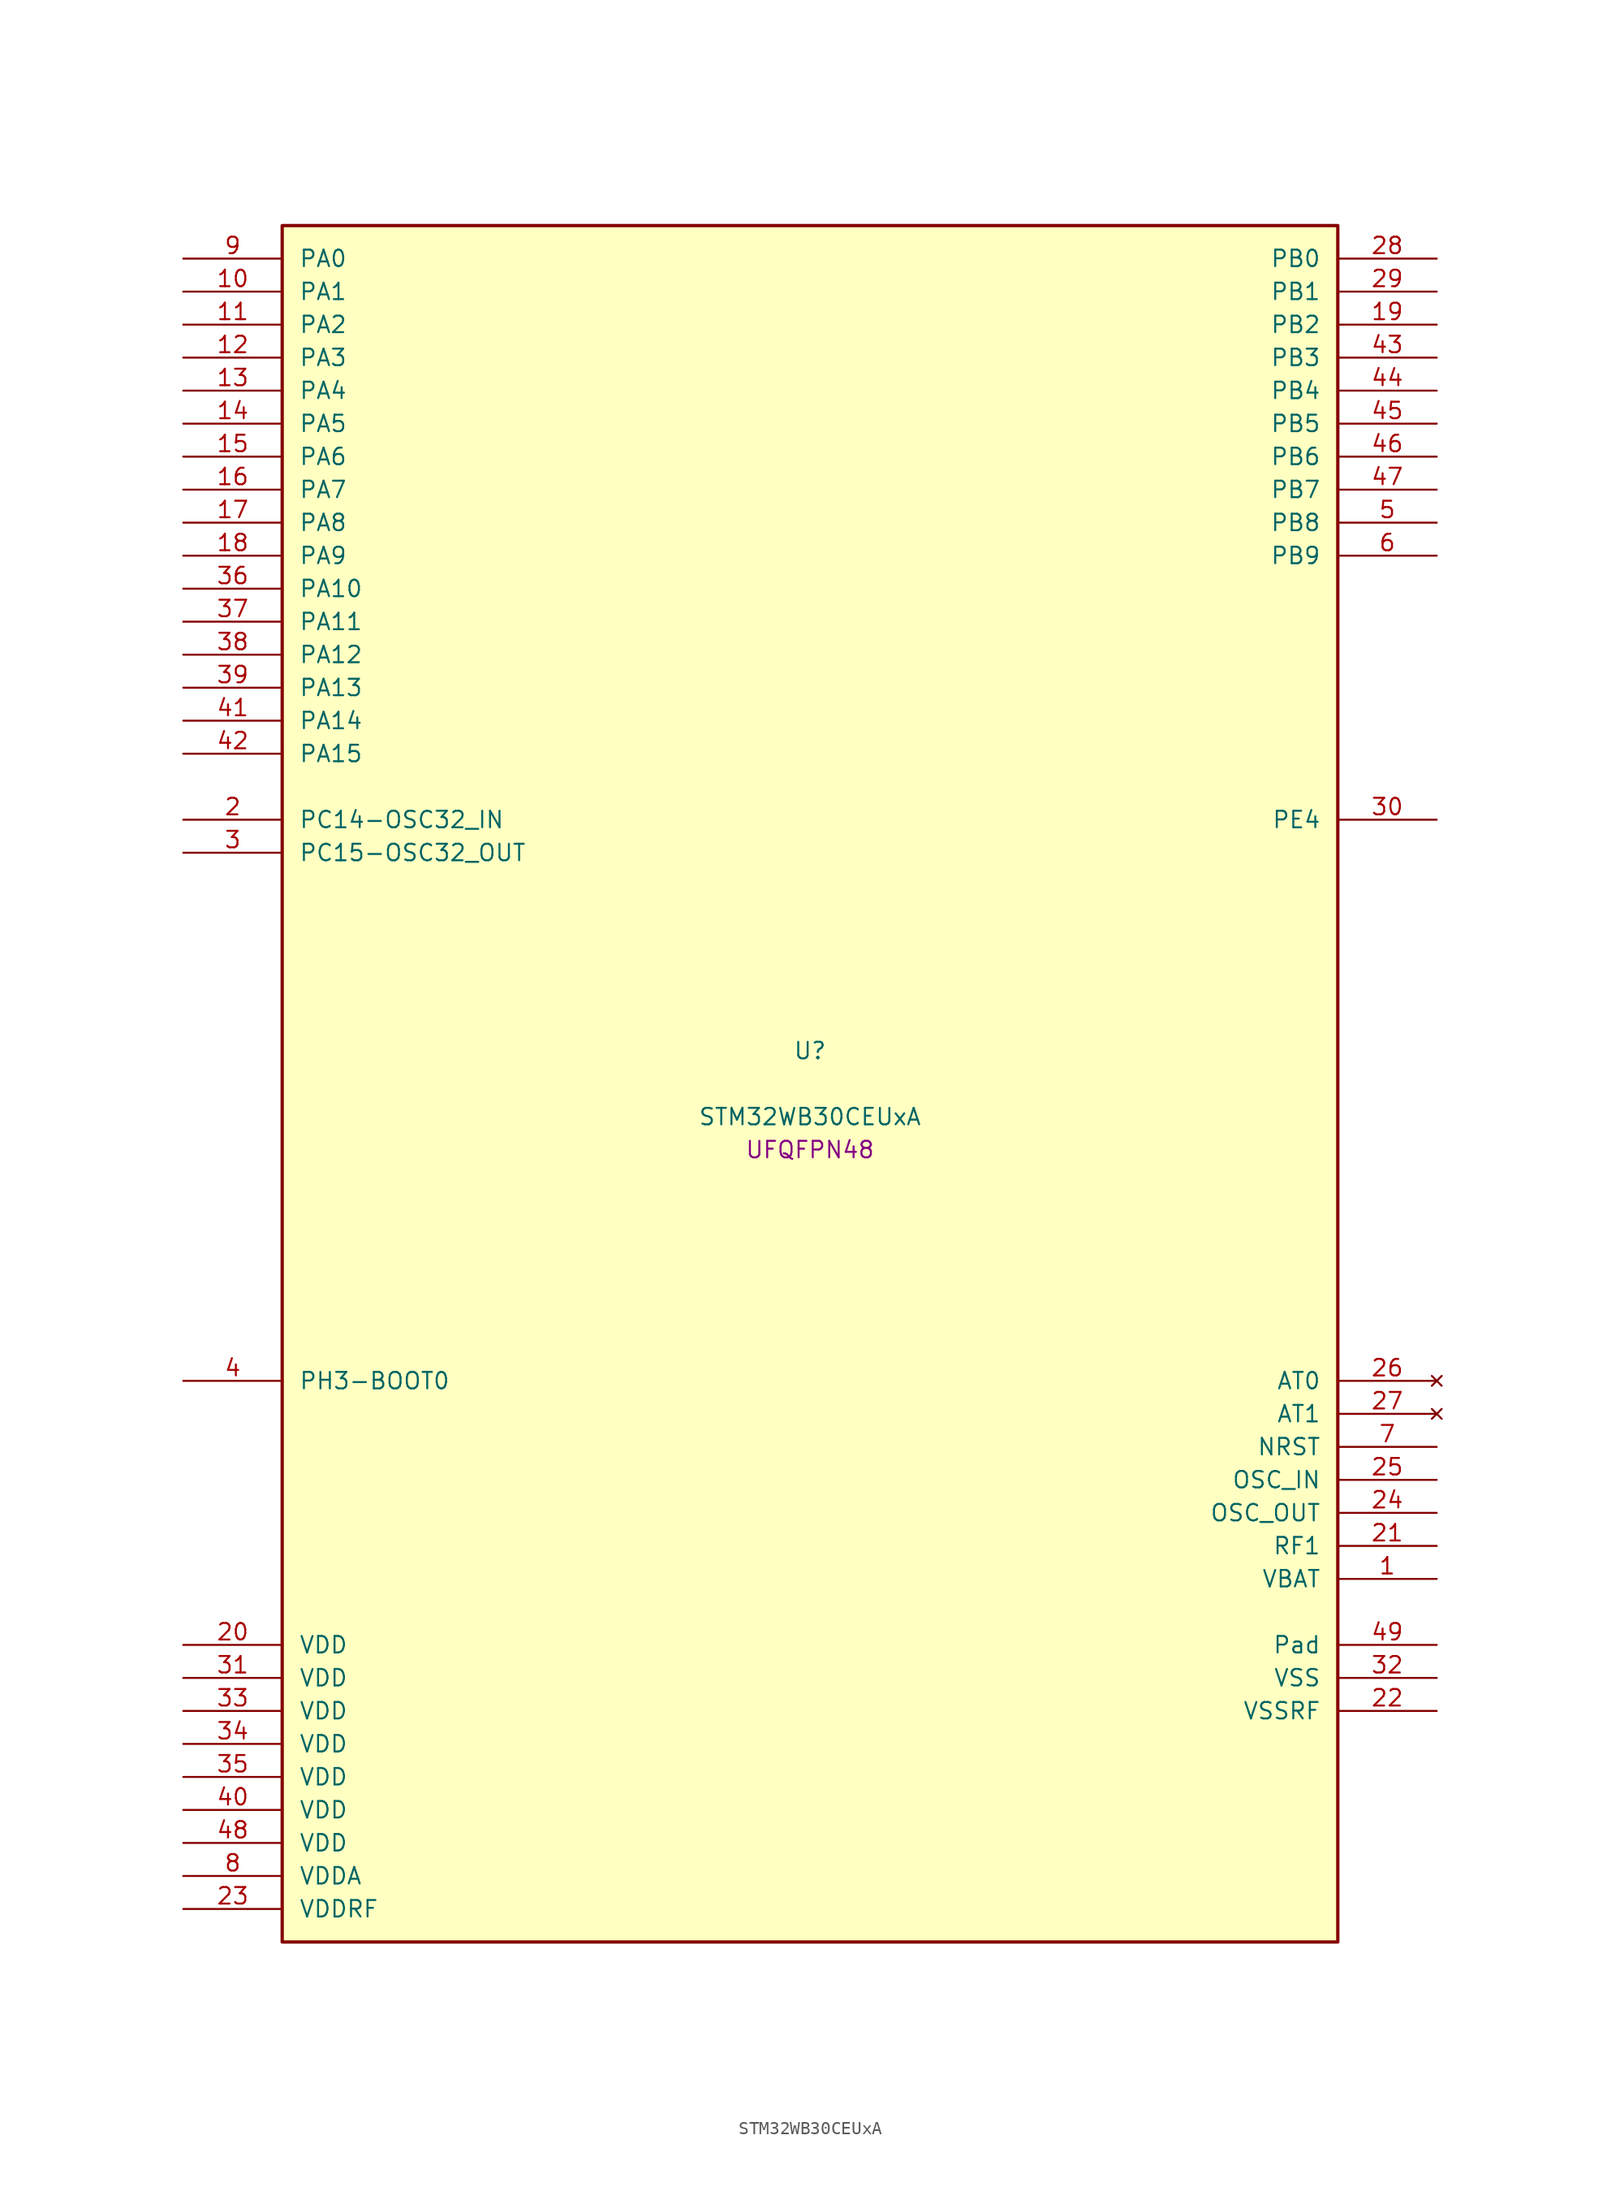
<source format=kicad_sym>
(kicad_symbol_lib
  (version 20241209)
  (generator "stm32_pkl_generator")
  (generator_version "1.0")
  (symbol "STM32WB30CEUxA"
    (pin_names
      (offset 1.27))
    (property "Reference" "U"
      (at 0 2.54 0))
    (property "Value" "STM32WB30CEUxA"
      (at 0 -2.54 0))
    (property "Footprint" "UFQFPN48"
      (at 0 -5.08 0))
    (symbol "STM32WB30CEUxA_1_1"
      (rectangle (start -40.64 66.04) (end 40.64 -66.04) (stroke (width 0.254) (type solid)) (fill (type background)))
      (pin bidirectional line (at -48.26 63.5 0) (length 7.62) (name "PA0") (number "9") (alternate "PA0/ADC1_IN5" bidirectional line) (alternate "PA0/RTC_TAMP2" bidirectional line) (alternate "PA0/SYS_WKUP1" bidirectional line) (alternate "PA0/TIM2_CH1" bidirectional line) (alternate "PA0/TIM2_ETR" bidirectional line))
      (pin bidirectional line (at -48.26 60.96 0) (length 7.62) (name "PA1") (number "10") (alternate "PA1/ADC1_IN6" bidirectional line) (alternate "PA1/I2C1_SMBA" bidirectional line) (alternate "PA1/SPI1_SCK" bidirectional line) (alternate "PA1/TIM2_CH2" bidirectional line))
      (pin bidirectional line (at -48.26 58.42 0) (length 7.62) (name "PA2") (number "11") (alternate "PA2/ADC1_IN7" bidirectional line) (alternate "PA2/RCC_LSCO" bidirectional line) (alternate "PA2/SYS_WKUP4" bidirectional line) (alternate "PA2/TIM2_CH3" bidirectional line))
      (pin bidirectional line (at -48.26 55.88 0) (length 7.62) (name "PA3") (number "12") (alternate "PA3/ADC1_IN8" bidirectional line) (alternate "PA3/TIM2_CH4" bidirectional line))
      (pin bidirectional line (at -48.26 53.34 0) (length 7.62) (name "PA4") (number "13") (alternate "PA4/ADC1_IN9" bidirectional line) (alternate "PA4/LPTIM2_OUT" bidirectional line) (alternate "PA4/SPI1_NSS" bidirectional line))
      (pin bidirectional line (at -48.26 50.8 0) (length 7.62) (name "PA5") (number "14") (alternate "PA5/ADC1_IN10" bidirectional line) (alternate "PA5/LPTIM2_ETR" bidirectional line) (alternate "PA5/SPI1_SCK" bidirectional line) (alternate "PA5/TIM2_CH1" bidirectional line) (alternate "PA5/TIM2_ETR" bidirectional line))
      (pin bidirectional line (at -48.26 48.26 0) (length 7.62) (name "PA6") (number "15") (alternate "PA6/ADC1_IN11" bidirectional line) (alternate "PA6/SPI1_MISO" bidirectional line) (alternate "PA6/TIM16_CH1" bidirectional line) (alternate "PA6/TIM1_BKIN" bidirectional line))
      (pin bidirectional line (at -48.26 45.72 0) (length 7.62) (name "PA7") (number "16") (alternate "PA7/ADC1_IN12" bidirectional line) (alternate "PA7/SPI1_MOSI" bidirectional line) (alternate "PA7/TIM17_CH1" bidirectional line) (alternate "PA7/TIM1_CH1N" bidirectional line))
      (pin bidirectional line (at -48.26 43.18 0) (length 7.62) (name "PA8") (number "17") (alternate "PA8/ADC1_IN15" bidirectional line) (alternate "PA8/LPTIM2_OUT" bidirectional line) (alternate "PA8/RCC_MCO" bidirectional line) (alternate "PA8/TIM1_CH1" bidirectional line) (alternate "PA8/USART1_CK" bidirectional line))
      (pin bidirectional line (at -48.26 40.64 0) (length 7.62) (name "PA9") (number "18") (alternate "PA9/ADC1_IN16" bidirectional line) (alternate "PA9/I2C1_SCL" bidirectional line) (alternate "PA9/TIM1_CH2" bidirectional line) (alternate "PA9/USART1_TX" bidirectional line))
      (pin bidirectional line (at -48.26 38.1 0) (length 7.62) (name "PA10") (number "36") (alternate "PA10/I2C1_SDA" bidirectional line) (alternate "PA10/TIM17_BKIN" bidirectional line) (alternate "PA10/TIM1_CH3" bidirectional line) (alternate "PA10/USART1_RX" bidirectional line))
      (pin bidirectional line (at -48.26 35.56 0) (length 7.62) (name "PA11") (number "37") (alternate "PA11/ADC1_EXTI11" bidirectional line) (alternate "PA11/SPI1_MISO" bidirectional line) (alternate "PA11/TIM1_BKIN2" bidirectional line) (alternate "PA11/TIM1_CH4" bidirectional line) (alternate "PA11/USART1_CTS" bidirectional line) (alternate "PA11/USART1_NSS" bidirectional line))
      (pin bidirectional line (at -48.26 33.02 0) (length 7.62) (name "PA12") (number "38") (alternate "PA12/SPI1_MOSI" bidirectional line) (alternate "PA12/TIM1_ETR" bidirectional line) (alternate "PA12/USART1_DE" bidirectional line) (alternate "PA12/USART1_RTS" bidirectional line))
      (pin bidirectional line (at -48.26 30.48 0) (length 7.62) (name "PA13") (number "39") (alternate "PA13/IR_OUT" bidirectional line) (alternate "PA13/SYS_JTMS-SWDIO" bidirectional line))
      (pin bidirectional line (at -48.26 27.94 0) (length 7.62) (name "PA14") (number "41") (alternate "PA14/I2C1_SMBA" bidirectional line) (alternate "PA14/LPTIM1_OUT" bidirectional line) (alternate "PA14/SYS_JTCK-SWCLK" bidirectional line))
      (pin bidirectional line (at -48.26 25.4 0) (length 7.62) (name "PA15") (number "42") (alternate "PA15/ADC1_EXTI15" bidirectional line) (alternate "PA15/RCC_MCO" bidirectional line) (alternate "PA15/SPI1_NSS" bidirectional line) (alternate "PA15/SYS_JTDI" bidirectional line) (alternate "PA15/TIM2_CH1" bidirectional line) (alternate "PA15/TIM2_ETR" bidirectional line))
      (pin bidirectional line (at 48.26 63.5 180) (length 7.62) (name "PB0") (number "28") (alternate "PB0/RF_TX_MOD_EXT_PA" bidirectional line))
      (pin bidirectional line (at 48.26 60.96 180) (length 7.62) (name "PB1") (number "29") (alternate "PB1/LPTIM2_IN1" bidirectional line))
      (pin bidirectional line (at 48.26 58.42 180) (length 7.62) (name "PB2") (number "19") (alternate "PB2/LPTIM1_OUT" bidirectional line) (alternate "PB2/RTC_OUT2" bidirectional line) (alternate "PB2/SPI1_NSS" bidirectional line))
      (pin bidirectional line (at 48.26 55.88 180) (length 7.62) (name "PB3") (number "43") (alternate "PB3/SPI1_SCK" bidirectional line) (alternate "PB3/SYS_JTDO-SWO" bidirectional line) (alternate "PB3/TIM2_CH2" bidirectional line) (alternate "PB3/USART1_DE" bidirectional line) (alternate "PB3/USART1_RTS" bidirectional line))
      (pin bidirectional line (at 48.26 53.34 180) (length 7.62) (name "PB4") (number "44") (alternate "PB4/SPI1_MISO" bidirectional line) (alternate "PB4/SYS_JTRST" bidirectional line) (alternate "PB4/TIM17_BKIN" bidirectional line) (alternate "PB4/USART1_CTS" bidirectional line) (alternate "PB4/USART1_NSS" bidirectional line))
      (pin bidirectional line (at 48.26 50.8 180) (length 7.62) (name "PB5") (number "45") (alternate "PB5/I2C1_SMBA" bidirectional line) (alternate "PB5/LPTIM1_IN1" bidirectional line) (alternate "PB5/SPI1_MOSI" bidirectional line) (alternate "PB5/TIM16_BKIN" bidirectional line) (alternate "PB5/USART1_CK" bidirectional line))
      (pin bidirectional line (at 48.26 48.26 180) (length 7.62) (name "PB6") (number "46") (alternate "PB6/I2C1_SCL" bidirectional line) (alternate "PB6/LPTIM1_ETR" bidirectional line) (alternate "PB6/RCC_MCO" bidirectional line) (alternate "PB6/TIM16_CH1N" bidirectional line) (alternate "PB6/USART1_TX" bidirectional line))
      (pin bidirectional line (at 48.26 45.72 180) (length 7.62) (name "PB7") (number "47") (alternate "PB7/I2C1_SDA" bidirectional line) (alternate "PB7/LPTIM1_IN2" bidirectional line) (alternate "PB7/SYS_PVD_IN" bidirectional line) (alternate "PB7/TIM17_CH1N" bidirectional line) (alternate "PB7/TIM1_BKIN" bidirectional line) (alternate "PB7/USART1_RX" bidirectional line))
      (pin bidirectional line (at 48.26 43.18 180) (length 7.62) (name "PB8") (number "5") (alternate "PB8/I2C1_SCL" bidirectional line) (alternate "PB8/TIM16_CH1" bidirectional line) (alternate "PB8/TIM1_CH2N" bidirectional line))
      (pin bidirectional line (at 48.26 40.64 180) (length 7.62) (name "PB9") (number "6") (alternate "PB9/I2C1_SDA" bidirectional line) (alternate "PB9/IR_OUT" bidirectional line) (alternate "PB9/TIM17_CH1" bidirectional line) (alternate "PB9/TIM1_CH3N" bidirectional line))
      (pin bidirectional line (at -48.26 20.32 0) (length 7.62) (name "PC14-OSC32_IN") (number "2") (alternate "PC14-OSC32_IN/RCC_OSC32_IN" bidirectional line))
      (pin bidirectional line (at -48.26 17.78 0) (length 7.62) (name "PC15-OSC32_OUT") (number "3") (alternate "PC15-OSC32_OUT/ADC1_EXTI15" bidirectional line) (alternate "PC15-OSC32_OUT/RCC_OSC32_OUT" bidirectional line))
      (pin bidirectional line (at 48.26 20.32 180) (length 7.62) (name "PE4") (number "30"))
      (pin bidirectional line (at -48.26 -22.86 0) (length 7.62) (name "PH3-BOOT0") (number "4") (alternate "PH3-BOOT0/RCC_LSCO" bidirectional line))
      (pin no_connect line (at 48.26 -22.86 180) (length 7.62) (name "AT0") (number "26"))
      (pin no_connect line (at 48.26 -25.4 180) (length 7.62) (name "AT1") (number "27"))
      (pin input line (at 48.26 -27.94 180) (length 7.62) (name "NRST") (number "7"))
      (pin bidirectional line (at 48.26 -30.48 180) (length 7.62) (name "OSC_IN") (number "25") (alternate "OSC_IN/RCC_OSC_IN" bidirectional line))
      (pin bidirectional line (at 48.26 -33.02 180) (length 7.62) (name "OSC_OUT") (number "24") (alternate "OSC_OUT/RCC_OSC_OUT" bidirectional line))
      (pin bidirectional line (at 48.26 -35.56 180) (length 7.62) (name "RF1") (number "21") (alternate "RF1/RF_RF1" bidirectional line))
      (pin power_in line (at 48.26 -38.1 180) (length 7.62) (name "VBAT") (number "1"))
      (pin power_in line (at -48.26 -43.18 0) (length 7.62) (name "VDD") (number "20"))
      (pin power_in line (at -48.26 -45.72 0) (length 7.62) (name "VDD") (number "31"))
      (pin power_in line (at -48.26 -48.26 0) (length 7.62) (name "VDD") (number "33"))
      (pin power_in line (at -48.26 -50.8 0) (length 7.62) (name "VDD") (number "34"))
      (pin power_in line (at -48.26 -53.34 0) (length 7.62) (name "VDD") (number "35"))
      (pin power_in line (at -48.26 -55.88 0) (length 7.62) (name "VDD") (number "40"))
      (pin power_in line (at -48.26 -58.42 0) (length 7.62) (name "VDD") (number "48"))
      (pin power_in line (at -48.26 -60.96 0) (length 7.62) (name "VDDA") (number "8"))
      (pin power_in line (at -48.26 -63.5 0) (length 7.62) (name "VDDRF") (number "23"))
      (pin passive line (at 48.26 -43.18 180) (length 7.62) (name "Pad") (number "49"))
      (pin power_in line (at 48.26 -45.72 180) (length 7.62) (name "VSS") (number "32"))
      (pin power_in line (at 48.26 -48.26 180) (length 7.62) (name "VSSRF") (number "22")))))
</source>
